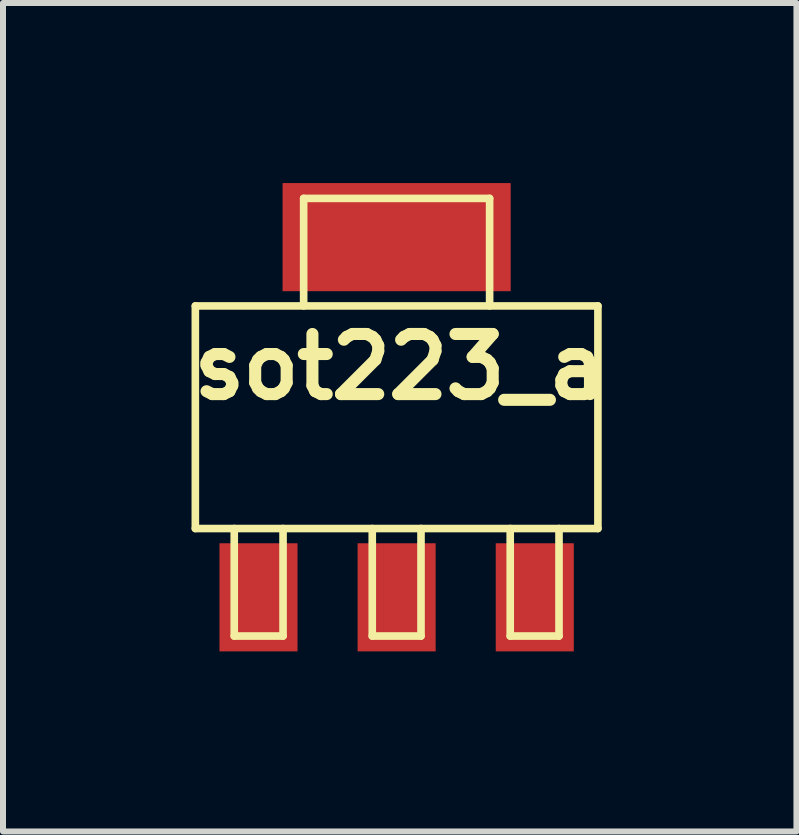
<source format=kicad_pcb>
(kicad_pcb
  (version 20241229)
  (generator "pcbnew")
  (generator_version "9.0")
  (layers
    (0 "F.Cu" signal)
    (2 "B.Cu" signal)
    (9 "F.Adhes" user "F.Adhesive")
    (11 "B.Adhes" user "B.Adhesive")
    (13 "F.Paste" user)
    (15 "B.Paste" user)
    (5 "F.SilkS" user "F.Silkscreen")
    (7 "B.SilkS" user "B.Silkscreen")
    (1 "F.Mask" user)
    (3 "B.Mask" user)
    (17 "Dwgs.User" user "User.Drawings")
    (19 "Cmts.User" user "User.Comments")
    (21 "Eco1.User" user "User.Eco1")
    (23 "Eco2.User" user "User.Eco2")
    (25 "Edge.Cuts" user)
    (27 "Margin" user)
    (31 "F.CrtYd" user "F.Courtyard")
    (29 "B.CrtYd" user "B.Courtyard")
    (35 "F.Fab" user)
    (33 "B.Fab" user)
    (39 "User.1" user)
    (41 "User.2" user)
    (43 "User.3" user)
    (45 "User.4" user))
  (footprint "sot223_a"
    (layer "F.Cu")
    (at 3.557 3.9)
    (property "Reference" "sot223_a" (at 0.051 -0.838 0) (layer "F.SilkS") (effects (font (size 1.001 1.001) (thickness 0.201))))
    (attr through_hole)
    (fp_line (start -3.353 -1.854) (end 3.353 -1.854) (stroke (width 0.127) (type solid)) (layer "F.SilkS"))
    (fp_line (start -3.353 1.854) (end -3.353 -1.854) (stroke (width 0.127) (type solid)) (layer "F.SilkS"))
    (fp_line (start -2.705 3.645) (end -2.705 1.854) (stroke (width 0.127) (type solid)) (layer "F.SilkS"))
    (fp_line (start -2.705 3.645) (end -1.892 3.645) (stroke (width 0.127) (type solid)) (layer "F.SilkS"))
    (fp_line (start -1.892 3.645) (end -1.892 1.854) (stroke (width 0.127) (type solid)) (layer "F.SilkS"))
    (fp_line (start -1.549 -3.645) (end -1.549 -1.854) (stroke (width 0.127) (type solid)) (layer "F.SilkS"))
    (fp_line (start -1.549 -3.645) (end 1.549 -3.645) (stroke (width 0.127) (type solid)) (layer "F.SilkS"))
    (fp_line (start -0.406 3.645) (end -0.406 1.854) (stroke (width 0.127) (type solid)) (layer "F.SilkS"))
    (fp_line (start -0.406 3.645) (end 0.406 3.645) (stroke (width 0.127) (type solid)) (layer "F.SilkS"))
    (fp_line (start 0.406 3.645) (end 0.406 1.854) (stroke (width 0.127) (type solid)) (layer "F.SilkS"))
    (fp_line (start 1.549 -3.645) (end 1.549 -1.854) (stroke (width 0.127) (type solid)) (layer "F.SilkS"))
    (fp_line (start 1.892 3.645) (end 1.892 1.854) (stroke (width 0.127) (type solid)) (layer "F.SilkS"))
    (fp_line (start 1.892 3.645) (end 2.705 3.645) (stroke (width 0.127) (type solid)) (layer "F.SilkS"))
    (fp_line (start 2.705 3.645) (end 2.705 1.854) (stroke (width 0.127) (type solid)) (layer "F.SilkS"))
    (fp_line (start 3.353 -1.854) (end 3.353 1.854) (stroke (width 0.127) (type solid)) (layer "F.SilkS"))
    (fp_line (start 3.353 1.854) (end -3.353 1.854) (stroke (width 0.127) (type solid)) (layer "F.SilkS"))
    (pad "1" smd rect (at -2.301 3) (size 1.3 1.801) (layers "F.Cu" "F.Mask" "F.Paste"))
    (pad "2" smd rect (at 0 -3) (size 3.8 1.801) (layers "F.Cu" "F.Mask" "F.Paste"))
    (pad "2" smd rect (at 0 3) (size 1.3 1.801) (layers "F.Cu" "F.Mask" "F.Paste"))
    (pad "3" smd rect (at 2.301 3) (size 1.3 1.801) (layers "F.Cu" "F.Mask" "F.Paste")))
  (gr_rect
    (start -3 -3)
    (end 10.217 10.8)
    (stroke (width 0.1) (type default))
    (fill no)
    (layer "Edge.Cuts")))
</source>
